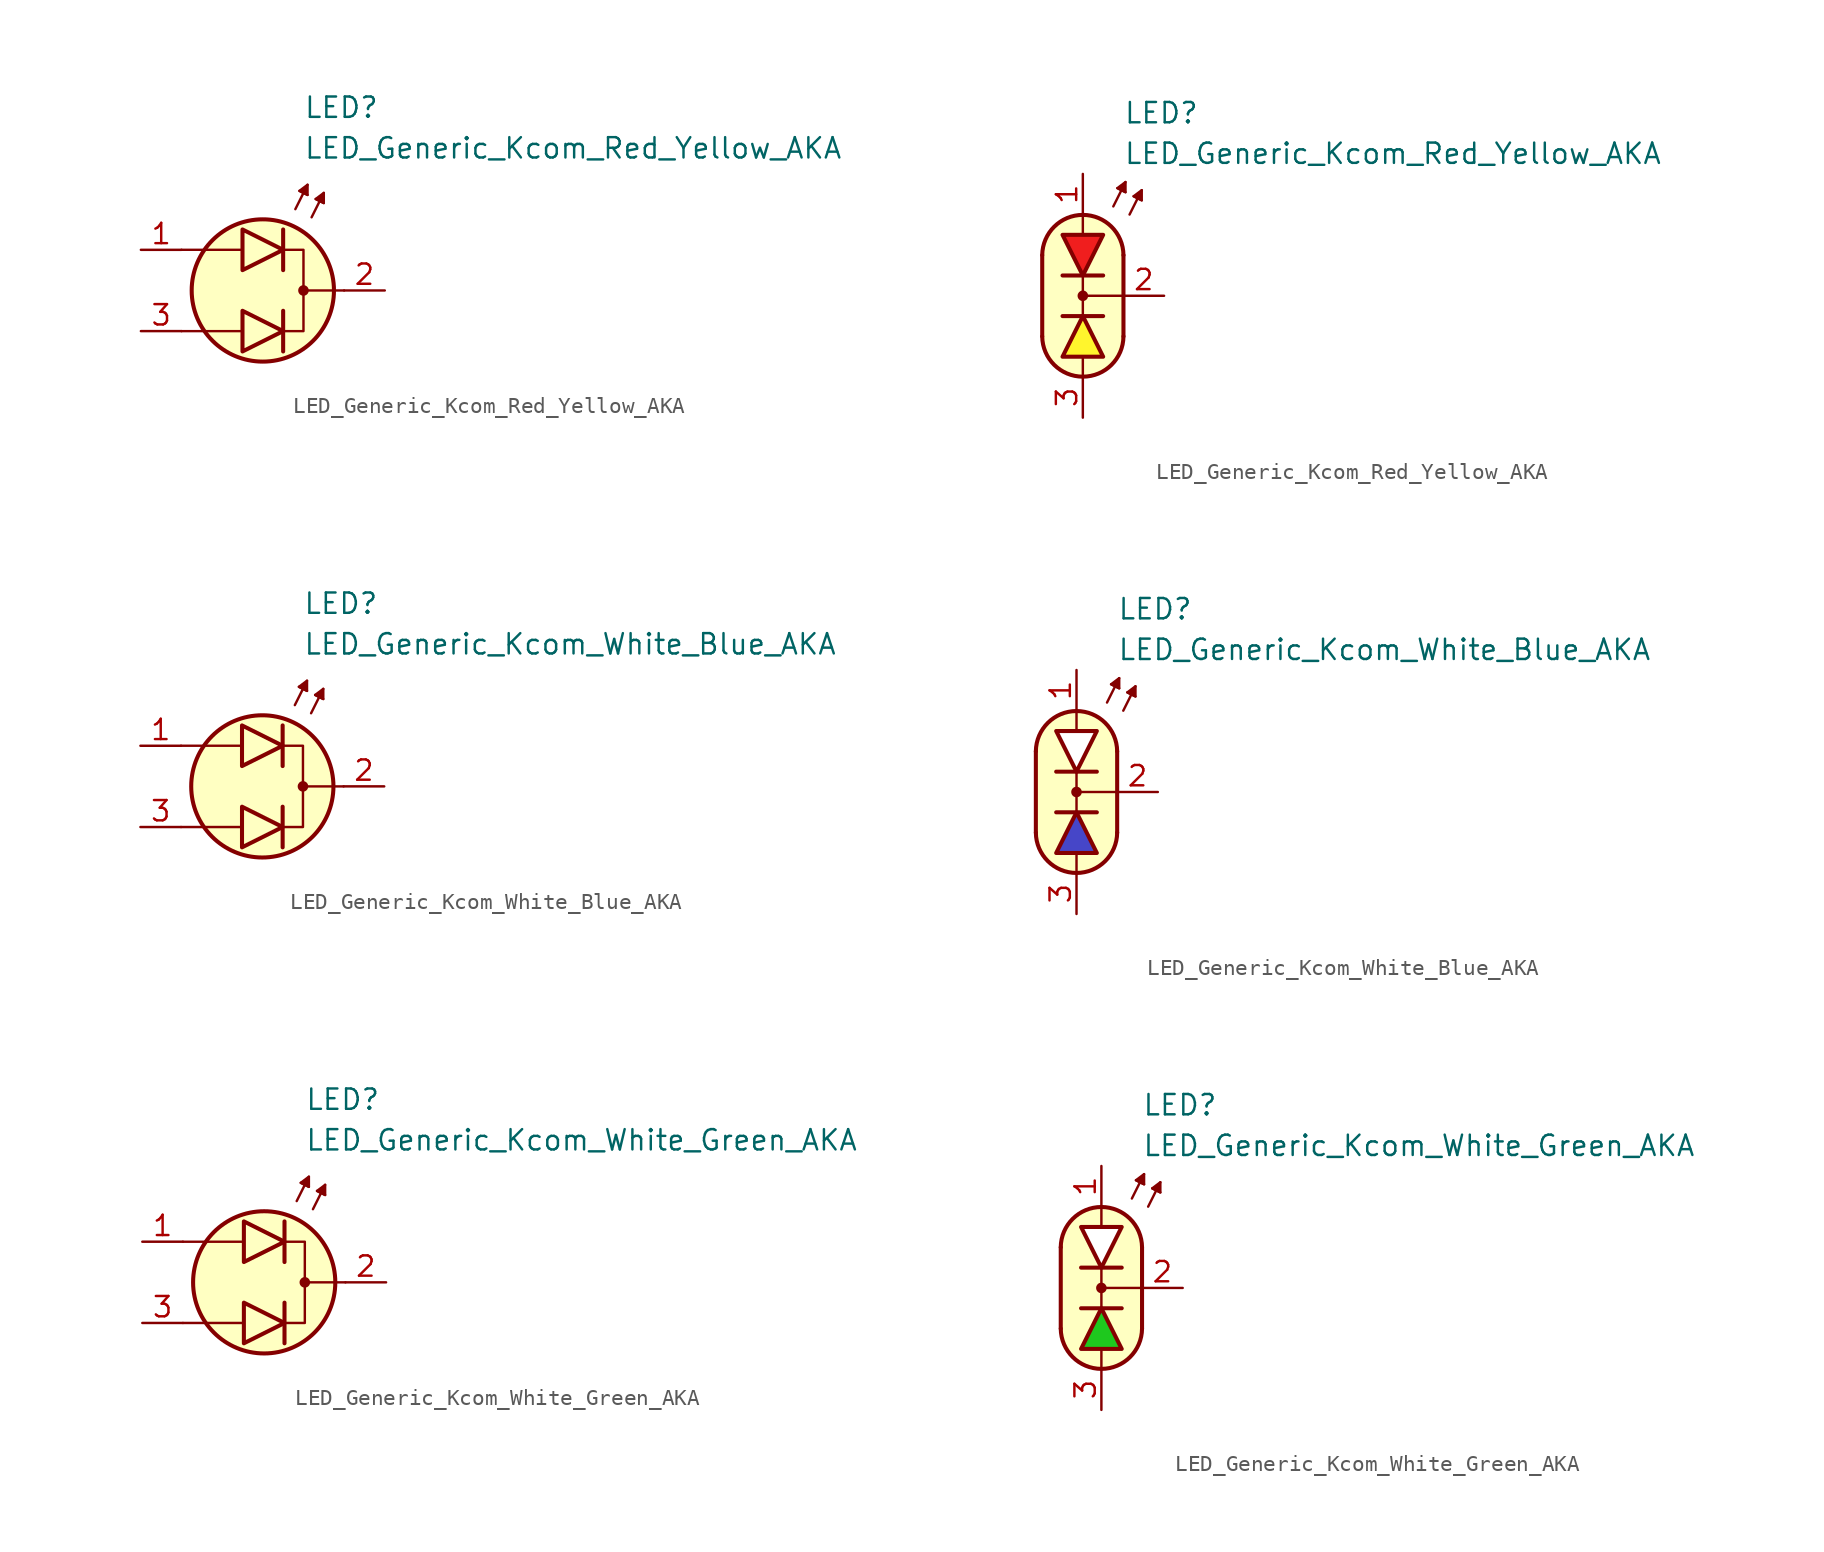
<source format=kicad_sym>
(kicad_symbol_lib
  (version 20231120)
  (generator "kicad_symbol_editor")
  (generator_version "8.0")
  (symbol "LED_Generic_Kcom_Red_Yellow_AKA"
    (pin_names
      (offset 1.016) hide)
    (property "Reference" "LED"
      (at 2.54 11.43 0)
      (effects (font (size 1.27 1.27)) (justify left)))
    (property "Value" "LED_Generic_Kcom_Red_Yellow_AKA"
      (at 2.54 8.89 0)
      (effects (font (size 1.27 1.27)) (justify left)))
    (symbol "LED_Generic_Kcom_Red_Yellow_AKA_0_1"
      (polyline (pts (xy -1.397 -2.54) (xy -5.08 -2.54)) (stroke (width 0.152) (type default)) (fill (type none)))
      (polyline (pts (xy -1.397 2.54) (xy -5.08 2.54)) (stroke (width 0.152) (type default)) (fill (type none)))
      (polyline (pts (xy 1.27 -1.27) (xy 1.27 -3.81)) (stroke (width 0.254) (type default)) (fill (type none)))
      (polyline (pts (xy 1.27 3.81) (xy 1.27 1.27)) (stroke (width 0.254) (type default)) (fill (type none)))
      (polyline (pts (xy 2.032 5.08) (xy 2.794 6.604)) (stroke (width 0.152) (type default)) (fill (type none)))
      (polyline (pts (xy 2.54 6.096) (xy 2.286 6.223)) (stroke (width 0.152) (type default)) (fill (type none)))
      (polyline (pts (xy 2.54 6.096) (xy 2.794 5.969)) (stroke (width 0.152) (type default)) (fill (type none)))
      (polyline (pts (xy 3.048 4.572) (xy 3.81 6.096)) (stroke (width 0.152) (type default)) (fill (type none)))
      (polyline (pts (xy 3.556 5.588) (xy 3.302 5.715)) (stroke (width 0.152) (type default)) (fill (type none)))
      (polyline (pts (xy 3.556 5.588) (xy 3.81 5.461)) (stroke (width 0.152) (type default)) (fill (type none)))
      (polyline (pts (xy 5.08 0) (xy 2.54 0)) (stroke (width 0.152) (type default)) (fill (type none)))
      (polyline (pts (xy -1.27 -1.27) (xy -1.27 -3.81) (xy 1.27 -2.54) (xy -1.27 -1.27)) (stroke (width 0.254) (type default)) (fill (type color) (color 255 245 45 1)))
      (polyline (pts (xy -1.27 3.81) (xy -1.27 1.27) (xy 1.27 2.54) (xy -1.27 3.81)) (stroke (width 0.254) (type default)) (fill (type color) (color 240 30 30 1)))
      (polyline (pts (xy 1.27 2.54) (xy 2.54 2.54) (xy 2.54 -2.54) (xy 1.27 -2.54)) (stroke (width 0.152) (type default)) (fill (type none)))
      (polyline (pts (xy 2.794 5.969) (xy 2.286 6.223) (xy 2.794 6.604) (xy 2.794 5.969)) (stroke (width 0.152) (type default)) (fill (type outline)))
      (polyline (pts (xy 3.81 5.461) (xy 3.302 5.715) (xy 3.81 6.096) (xy 3.81 5.461)) (stroke (width 0.152) (type default)) (fill (type outline)))
      (circle (center 0 0) (radius 4.445) (stroke (width 0.254) (type default)) (fill (type background)))
      (circle (center 2.54 0) (radius 0.254) (stroke (width 0) (type default)) (fill (type outline))))
    (symbol "LED_Generic_Kcom_Red_Yellow_AKA_0_2"
      (arc (start -2.54 -2.54) (mid 0 -5.0576) (end 2.54 -2.54) (stroke (width 0.254) (type default)) (fill (type none)))
      (polyline (pts (xy -2.54 2.54) (xy -2.54 -2.54)) (stroke (width 0.254) (type default)) (fill (type none)))
      (polyline (pts (xy -1.27 -1.27) (xy 1.27 -1.27)) (stroke (width 0.254) (type default)) (fill (type none)))
      (polyline (pts (xy 0 -5.08) (xy 0 -3.81)) (stroke (width 0) (type default)) (fill (type none)))
      (polyline (pts (xy 0 -1.27) (xy 0 1.27)) (stroke (width 0) (type default)) (fill (type none)))
      (polyline (pts (xy 0 5.08) (xy 0 3.81)) (stroke (width 0) (type default)) (fill (type none)))
      (polyline (pts (xy 1.27 1.27) (xy -1.27 1.27)) (stroke (width 0.254) (type default)) (fill (type none)))
      (polyline (pts (xy 1.905 5.588) (xy 2.667 7.112)) (stroke (width 0.152) (type default)) (fill (type none)))
      (polyline (pts (xy 2.413 6.604) (xy 2.159 6.731)) (stroke (width 0.152) (type default)) (fill (type none)))
      (polyline (pts (xy 2.413 6.604) (xy 2.667 6.477)) (stroke (width 0.152) (type default)) (fill (type none)))
      (polyline (pts (xy 2.54 -2.54) (xy 2.54 2.54)) (stroke (width 0.254) (type default)) (fill (type none)))
      (polyline (pts (xy 2.54 0) (xy 0 0)) (stroke (width 0) (type default)) (fill (type none)))
      (polyline (pts (xy 2.921 5.08) (xy 3.683 6.604)) (stroke (width 0.152) (type default)) (fill (type none)))
      (polyline (pts (xy 3.429 6.096) (xy 3.175 6.223)) (stroke (width 0.152) (type default)) (fill (type none)))
      (polyline (pts (xy 3.429 6.096) (xy 3.683 5.969)) (stroke (width 0.152) (type default)) (fill (type none)))
      (polyline (pts (xy 2.667 6.477) (xy 2.159 6.731) (xy 2.667 7.112) (xy 2.667 6.477)) (stroke (width 0.152) (type default)) (fill (type outline)))
      (polyline (pts (xy 3.683 5.969) (xy 3.175 6.223) (xy 3.683 6.604) (xy 3.683 5.969)) (stroke (width 0.152) (type default)) (fill (type outline)))
      (polyline (pts (xy 0 5.08) (xy 1.016 4.826) (xy 1.778 4.318) (xy 2.286 3.556) (xy 2.54 3.048) (xy 2.54 -2.794) (xy 2.286 -3.556) (xy 1.778 -4.318) (xy 1.016 -4.826) (xy 0.254 -5.08) (xy -0.254 -5.08) (xy -1.016 -4.826) (xy -1.524 -4.572) (xy -2.032 -4.064) (xy -2.286 -3.556) (xy -2.54 -2.794) (xy -2.54 2.794) (xy -2.286 3.556) (xy -2.032 4.064) (xy -1.524 4.572) (xy -1.016 4.826) (xy 0 5.08)) (stroke (width 0.01) (type default)) (fill (type background)))
      (circle (center 0 0) (radius 0.254) (stroke (width 0) (type default)) (fill (type outline)))
      (arc (start 2.54 2.54) (mid 0 5.0576) (end -2.54 2.54) (stroke (width 0.254) (type default)) (fill (type none))))
    (symbol "LED_Generic_Kcom_Red_Yellow_AKA_1_1"
      (pin passive line (at -7.62 2.54 0) (length 2.54) (name "A1" (effects (font (size 1.27 1.27)))) (number "1" (effects (font (size 1.27 1.27)))))
      (pin passive line (at 7.62 0 180) (length 2.54) (name "K" (effects (font (size 1.27 1.27)))) (number "2" (effects (font (size 1.27 1.27)))))
      (pin passive line (at -7.62 -2.54 0) (length 2.54) (name "A2" (effects (font (size 1.27 1.27)))) (number "3" (effects (font (size 1.27 1.27))))))
    (symbol "LED_Generic_Kcom_Red_Yellow_AKA_1_2"
      (polyline (pts (xy -1.27 -3.81) (xy 1.27 -3.81) (xy 0 -1.27) (xy -1.27 -3.81)) (stroke (width 0.254) (type default)) (fill (type color) (color 255 245 45 1)))
      (polyline (pts (xy 1.27 3.81) (xy -1.27 3.81) (xy 0 1.27) (xy 1.27 3.81)) (stroke (width 0.254) (type default)) (fill (type color) (color 240 30 30 1)))
      (pin passive line (at 0 7.62 270) (length 2.54) (name "A1" (effects (font (size 1.27 1.27)))) (number "1" (effects (font (size 1.27 1.27)))))
      (pin passive line (at 5.08 0 180) (length 2.54) (name "K" (effects (font (size 1.27 1.27)))) (number "2" (effects (font (size 1.27 1.27)))))
      (pin passive line (at 0 -7.62 90) (length 2.54) (name "A2" (effects (font (size 1.27 1.27)))) (number "3" (effects (font (size 1.27 1.27)))))))
  (symbol "LED_Generic_Kcom_White_Blue_AKA"
    (pin_names
      (offset 1.016) hide)
    (property "Reference" "LED"
      (at 2.54 11.43 0)
      (effects (font (size 1.27 1.27)) (justify left)))
    (property "Value" "LED_Generic_Kcom_White_Blue_AKA"
      (at 2.54 8.89 0)
      (effects (font (size 1.27 1.27)) (justify left)))
    (symbol "LED_Generic_Kcom_White_Blue_AKA_0_1"
      (polyline (pts (xy -1.397 -2.54) (xy -5.08 -2.54)) (stroke (width 0.152) (type default)) (fill (type none)))
      (polyline (pts (xy -1.397 2.54) (xy -5.08 2.54)) (stroke (width 0.152) (type default)) (fill (type none)))
      (polyline (pts (xy 1.27 -1.27) (xy 1.27 -3.81)) (stroke (width 0.254) (type default)) (fill (type none)))
      (polyline (pts (xy 1.27 3.81) (xy 1.27 1.27)) (stroke (width 0.254) (type default)) (fill (type none)))
      (polyline (pts (xy 2.032 5.08) (xy 2.794 6.604)) (stroke (width 0.152) (type default)) (fill (type none)))
      (polyline (pts (xy 2.54 6.096) (xy 2.286 6.223)) (stroke (width 0.152) (type default)) (fill (type none)))
      (polyline (pts (xy 2.54 6.096) (xy 2.794 5.969)) (stroke (width 0.152) (type default)) (fill (type none)))
      (polyline (pts (xy 3.048 4.572) (xy 3.81 6.096)) (stroke (width 0.152) (type default)) (fill (type none)))
      (polyline (pts (xy 3.556 5.588) (xy 3.302 5.715)) (stroke (width 0.152) (type default)) (fill (type none)))
      (polyline (pts (xy 3.556 5.588) (xy 3.81 5.461)) (stroke (width 0.152) (type default)) (fill (type none)))
      (polyline (pts (xy 5.08 0) (xy 2.54 0)) (stroke (width 0.152) (type default)) (fill (type none)))
      (polyline (pts (xy -1.27 -1.27) (xy -1.27 -3.81) (xy 1.27 -2.54) (xy -1.27 -1.27)) (stroke (width 0.254) (type default)) (fill (type color) (color 70 70 200 1)))
      (polyline (pts (xy -1.27 3.81) (xy -1.27 1.27) (xy 1.27 2.54) (xy -1.27 3.81)) (stroke (width 0.254) (type default)) (fill (type color) (color 255 255 255 1)))
      (polyline (pts (xy 1.27 2.54) (xy 2.54 2.54) (xy 2.54 -2.54) (xy 1.27 -2.54)) (stroke (width 0.152) (type default)) (fill (type none)))
      (polyline (pts (xy 2.794 5.969) (xy 2.286 6.223) (xy 2.794 6.604) (xy 2.794 5.969)) (stroke (width 0.152) (type default)) (fill (type outline)))
      (polyline (pts (xy 3.81 5.461) (xy 3.302 5.715) (xy 3.81 6.096) (xy 3.81 5.461)) (stroke (width 0.152) (type default)) (fill (type outline)))
      (circle (center 0 0) (radius 4.445) (stroke (width 0.254) (type default)) (fill (type background)))
      (circle (center 2.54 0) (radius 0.254) (stroke (width 0) (type default)) (fill (type outline))))
    (symbol "LED_Generic_Kcom_White_Blue_AKA_0_2"
      (arc (start -2.54 -2.54) (mid 0 -5.0576) (end 2.54 -2.54) (stroke (width 0.254) (type default)) (fill (type none)))
      (polyline (pts (xy -2.54 2.54) (xy -2.54 -2.54)) (stroke (width 0.254) (type default)) (fill (type none)))
      (polyline (pts (xy -1.27 -1.27) (xy 1.27 -1.27)) (stroke (width 0.254) (type default)) (fill (type none)))
      (polyline (pts (xy 0 -5.08) (xy 0 -3.81)) (stroke (width 0) (type default)) (fill (type none)))
      (polyline (pts (xy 0 -1.27) (xy 0 1.27)) (stroke (width 0) (type default)) (fill (type none)))
      (polyline (pts (xy 0 5.08) (xy 0 3.81)) (stroke (width 0) (type default)) (fill (type none)))
      (polyline (pts (xy 1.27 1.27) (xy -1.27 1.27)) (stroke (width 0.254) (type default)) (fill (type none)))
      (polyline (pts (xy 1.905 5.588) (xy 2.667 7.112)) (stroke (width 0.152) (type default)) (fill (type none)))
      (polyline (pts (xy 2.413 6.604) (xy 2.159 6.731)) (stroke (width 0.152) (type default)) (fill (type none)))
      (polyline (pts (xy 2.413 6.604) (xy 2.667 6.477)) (stroke (width 0.152) (type default)) (fill (type none)))
      (polyline (pts (xy 2.54 -2.54) (xy 2.54 2.54)) (stroke (width 0.254) (type default)) (fill (type none)))
      (polyline (pts (xy 2.54 0) (xy 0 0)) (stroke (width 0) (type default)) (fill (type none)))
      (polyline (pts (xy 2.921 5.08) (xy 3.683 6.604)) (stroke (width 0.152) (type default)) (fill (type none)))
      (polyline (pts (xy 3.429 6.096) (xy 3.175 6.223)) (stroke (width 0.152) (type default)) (fill (type none)))
      (polyline (pts (xy 3.429 6.096) (xy 3.683 5.969)) (stroke (width 0.152) (type default)) (fill (type none)))
      (polyline (pts (xy 2.667 6.477) (xy 2.159 6.731) (xy 2.667 7.112) (xy 2.667 6.477)) (stroke (width 0.152) (type default)) (fill (type outline)))
      (polyline (pts (xy 3.683 5.969) (xy 3.175 6.223) (xy 3.683 6.604) (xy 3.683 5.969)) (stroke (width 0.152) (type default)) (fill (type outline)))
      (polyline (pts (xy 0 5.08) (xy 1.016 4.826) (xy 1.778 4.318) (xy 2.286 3.556) (xy 2.54 3.048) (xy 2.54 -2.794) (xy 2.286 -3.556) (xy 1.778 -4.318) (xy 1.016 -4.826) (xy 0.254 -5.08) (xy -0.254 -5.08) (xy -1.016 -4.826) (xy -1.524 -4.572) (xy -2.032 -4.064) (xy -2.286 -3.556) (xy -2.54 -2.794) (xy -2.54 2.794) (xy -2.286 3.556) (xy -2.032 4.064) (xy -1.524 4.572) (xy -1.016 4.826) (xy 0 5.08)) (stroke (width 0.01) (type default)) (fill (type background)))
      (circle (center 0 0) (radius 0.254) (stroke (width 0) (type default)) (fill (type outline)))
      (arc (start 2.54 2.54) (mid 0 5.0576) (end -2.54 2.54) (stroke (width 0.254) (type default)) (fill (type none))))
    (symbol "LED_Generic_Kcom_White_Blue_AKA_1_1"
      (pin passive line (at -7.62 2.54 0) (length 2.54) (name "A1" (effects (font (size 1.27 1.27)))) (number "1" (effects (font (size 1.27 1.27)))))
      (pin passive line (at 7.62 0 180) (length 2.54) (name "K" (effects (font (size 1.27 1.27)))) (number "2" (effects (font (size 1.27 1.27)))))
      (pin passive line (at -7.62 -2.54 0) (length 2.54) (name "A2" (effects (font (size 1.27 1.27)))) (number "3" (effects (font (size 1.27 1.27))))))
    (symbol "LED_Generic_Kcom_White_Blue_AKA_1_2"
      (polyline (pts (xy -1.27 -3.81) (xy 1.27 -3.81) (xy 0 -1.27) (xy -1.27 -3.81)) (stroke (width 0.254) (type default)) (fill (type color) (color 70 70 200 1)))
      (polyline (pts (xy 1.27 3.81) (xy -1.27 3.81) (xy 0 1.27) (xy 1.27 3.81)) (stroke (width 0.254) (type default)) (fill (type color) (color 255 255 255 1)))
      (pin passive line (at 0 7.62 270) (length 2.54) (name "A1" (effects (font (size 1.27 1.27)))) (number "1" (effects (font (size 1.27 1.27)))))
      (pin passive line (at 5.08 0 180) (length 2.54) (name "K" (effects (font (size 1.27 1.27)))) (number "2" (effects (font (size 1.27 1.27)))))
      (pin passive line (at 0 -7.62 90) (length 2.54) (name "A2" (effects (font (size 1.27 1.27)))) (number "3" (effects (font (size 1.27 1.27)))))))
  (symbol "LED_Generic_Kcom_White_Green_AKA"
    (pin_names
      (offset 1.016) hide)
    (property "Reference" "LED"
      (at 2.54 11.43 0)
      (effects (font (size 1.27 1.27)) (justify left)))
    (property "Value" "LED_Generic_Kcom_White_Green_AKA"
      (at 2.54 8.89 0)
      (effects (font (size 1.27 1.27)) (justify left)))
    (symbol "LED_Generic_Kcom_White_Green_AKA_0_1"
      (polyline (pts (xy -1.397 -2.54) (xy -5.08 -2.54)) (stroke (width 0.152) (type default)) (fill (type none)))
      (polyline (pts (xy -1.397 2.54) (xy -5.08 2.54)) (stroke (width 0.152) (type default)) (fill (type none)))
      (polyline (pts (xy 1.27 -1.27) (xy 1.27 -3.81)) (stroke (width 0.254) (type default)) (fill (type none)))
      (polyline (pts (xy 1.27 3.81) (xy 1.27 1.27)) (stroke (width 0.254) (type default)) (fill (type none)))
      (polyline (pts (xy 2.032 5.08) (xy 2.794 6.604)) (stroke (width 0.152) (type default)) (fill (type none)))
      (polyline (pts (xy 2.54 6.096) (xy 2.286 6.223)) (stroke (width 0.152) (type default)) (fill (type none)))
      (polyline (pts (xy 2.54 6.096) (xy 2.794 5.969)) (stroke (width 0.152) (type default)) (fill (type none)))
      (polyline (pts (xy 3.048 4.572) (xy 3.81 6.096)) (stroke (width 0.152) (type default)) (fill (type none)))
      (polyline (pts (xy 3.556 5.588) (xy 3.302 5.715)) (stroke (width 0.152) (type default)) (fill (type none)))
      (polyline (pts (xy 3.556 5.588) (xy 3.81 5.461)) (stroke (width 0.152) (type default)) (fill (type none)))
      (polyline (pts (xy 5.08 0) (xy 2.54 0)) (stroke (width 0.152) (type default)) (fill (type none)))
      (polyline (pts (xy -1.27 -1.27) (xy -1.27 -3.81) (xy 1.27 -2.54) (xy -1.27 -1.27)) (stroke (width 0.254) (type default)) (fill (type color) (color 30 200 30 1)))
      (polyline (pts (xy -1.27 3.81) (xy -1.27 1.27) (xy 1.27 2.54) (xy -1.27 3.81)) (stroke (width 0.254) (type default)) (fill (type color) (color 255 255 255 1)))
      (polyline (pts (xy 1.27 2.54) (xy 2.54 2.54) (xy 2.54 -2.54) (xy 1.27 -2.54)) (stroke (width 0.152) (type default)) (fill (type none)))
      (polyline (pts (xy 2.794 5.969) (xy 2.286 6.223) (xy 2.794 6.604) (xy 2.794 5.969)) (stroke (width 0.152) (type default)) (fill (type outline)))
      (polyline (pts (xy 3.81 5.461) (xy 3.302 5.715) (xy 3.81 6.096) (xy 3.81 5.461)) (stroke (width 0.152) (type default)) (fill (type outline)))
      (circle (center 0 0) (radius 4.445) (stroke (width 0.254) (type default)) (fill (type background)))
      (circle (center 2.54 0) (radius 0.254) (stroke (width 0) (type default)) (fill (type outline))))
    (symbol "LED_Generic_Kcom_White_Green_AKA_0_2"
      (arc (start -2.54 -2.54) (mid 0 -5.0576) (end 2.54 -2.54) (stroke (width 0.254) (type default)) (fill (type none)))
      (polyline (pts (xy -2.54 2.54) (xy -2.54 -2.54)) (stroke (width 0.254) (type default)) (fill (type none)))
      (polyline (pts (xy -1.27 -1.27) (xy 1.27 -1.27)) (stroke (width 0.254) (type default)) (fill (type none)))
      (polyline (pts (xy 0 -5.08) (xy 0 -3.81)) (stroke (width 0) (type default)) (fill (type none)))
      (polyline (pts (xy 0 -1.27) (xy 0 1.27)) (stroke (width 0) (type default)) (fill (type none)))
      (polyline (pts (xy 0 5.08) (xy 0 3.81)) (stroke (width 0) (type default)) (fill (type none)))
      (polyline (pts (xy 1.27 1.27) (xy -1.27 1.27)) (stroke (width 0.254) (type default)) (fill (type none)))
      (polyline (pts (xy 1.905 5.588) (xy 2.667 7.112)) (stroke (width 0.152) (type default)) (fill (type none)))
      (polyline (pts (xy 2.413 6.604) (xy 2.159 6.731)) (stroke (width 0.152) (type default)) (fill (type none)))
      (polyline (pts (xy 2.413 6.604) (xy 2.667 6.477)) (stroke (width 0.152) (type default)) (fill (type none)))
      (polyline (pts (xy 2.54 -2.54) (xy 2.54 2.54)) (stroke (width 0.254) (type default)) (fill (type none)))
      (polyline (pts (xy 2.54 0) (xy 0 0)) (stroke (width 0) (type default)) (fill (type none)))
      (polyline (pts (xy 2.921 5.08) (xy 3.683 6.604)) (stroke (width 0.152) (type default)) (fill (type none)))
      (polyline (pts (xy 3.429 6.096) (xy 3.175 6.223)) (stroke (width 0.152) (type default)) (fill (type none)))
      (polyline (pts (xy 3.429 6.096) (xy 3.683 5.969)) (stroke (width 0.152) (type default)) (fill (type none)))
      (polyline (pts (xy 2.667 6.477) (xy 2.159 6.731) (xy 2.667 7.112) (xy 2.667 6.477)) (stroke (width 0.152) (type default)) (fill (type outline)))
      (polyline (pts (xy 3.683 5.969) (xy 3.175 6.223) (xy 3.683 6.604) (xy 3.683 5.969)) (stroke (width 0.152) (type default)) (fill (type outline)))
      (polyline (pts (xy 0 5.08) (xy 1.016 4.826) (xy 1.778 4.318) (xy 2.286 3.556) (xy 2.54 3.048) (xy 2.54 -2.794) (xy 2.286 -3.556) (xy 1.778 -4.318) (xy 1.016 -4.826) (xy 0.254 -5.08) (xy -0.254 -5.08) (xy -1.016 -4.826) (xy -1.524 -4.572) (xy -2.032 -4.064) (xy -2.286 -3.556) (xy -2.54 -2.794) (xy -2.54 2.794) (xy -2.286 3.556) (xy -2.032 4.064) (xy -1.524 4.572) (xy -1.016 4.826) (xy 0 5.08)) (stroke (width 0.01) (type default)) (fill (type background)))
      (circle (center 0 0) (radius 0.254) (stroke (width 0) (type default)) (fill (type outline)))
      (arc (start 2.54 2.54) (mid 0 5.0576) (end -2.54 2.54) (stroke (width 0.254) (type default)) (fill (type none))))
    (symbol "LED_Generic_Kcom_White_Green_AKA_1_1"
      (pin passive line (at -7.62 2.54 0) (length 2.54) (name "A1" (effects (font (size 1.27 1.27)))) (number "1" (effects (font (size 1.27 1.27)))))
      (pin passive line (at 7.62 0 180) (length 2.54) (name "K" (effects (font (size 1.27 1.27)))) (number "2" (effects (font (size 1.27 1.27)))))
      (pin passive line (at -7.62 -2.54 0) (length 2.54) (name "A2" (effects (font (size 1.27 1.27)))) (number "3" (effects (font (size 1.27 1.27))))))
    (symbol "LED_Generic_Kcom_White_Green_AKA_1_2"
      (polyline (pts (xy -1.27 -3.81) (xy 1.27 -3.81) (xy 0 -1.27) (xy -1.27 -3.81)) (stroke (width 0.254) (type default)) (fill (type color) (color 30 200 30 1)))
      (polyline (pts (xy 1.27 3.81) (xy -1.27 3.81) (xy 0 1.27) (xy 1.27 3.81)) (stroke (width 0.254) (type default)) (fill (type color) (color 255 255 255 1)))
      (pin passive line (at 0 7.62 270) (length 2.54) (name "A1" (effects (font (size 1.27 1.27)))) (number "1" (effects (font (size 1.27 1.27)))))
      (pin passive line (at 5.08 0 180) (length 2.54) (name "K" (effects (font (size 1.27 1.27)))) (number "2" (effects (font (size 1.27 1.27)))))
      (pin passive line (at 0 -7.62 90) (length 2.54) (name "A2" (effects (font (size 1.27 1.27)))) (number "3" (effects (font (size 1.27 1.27))))))))
</source>
